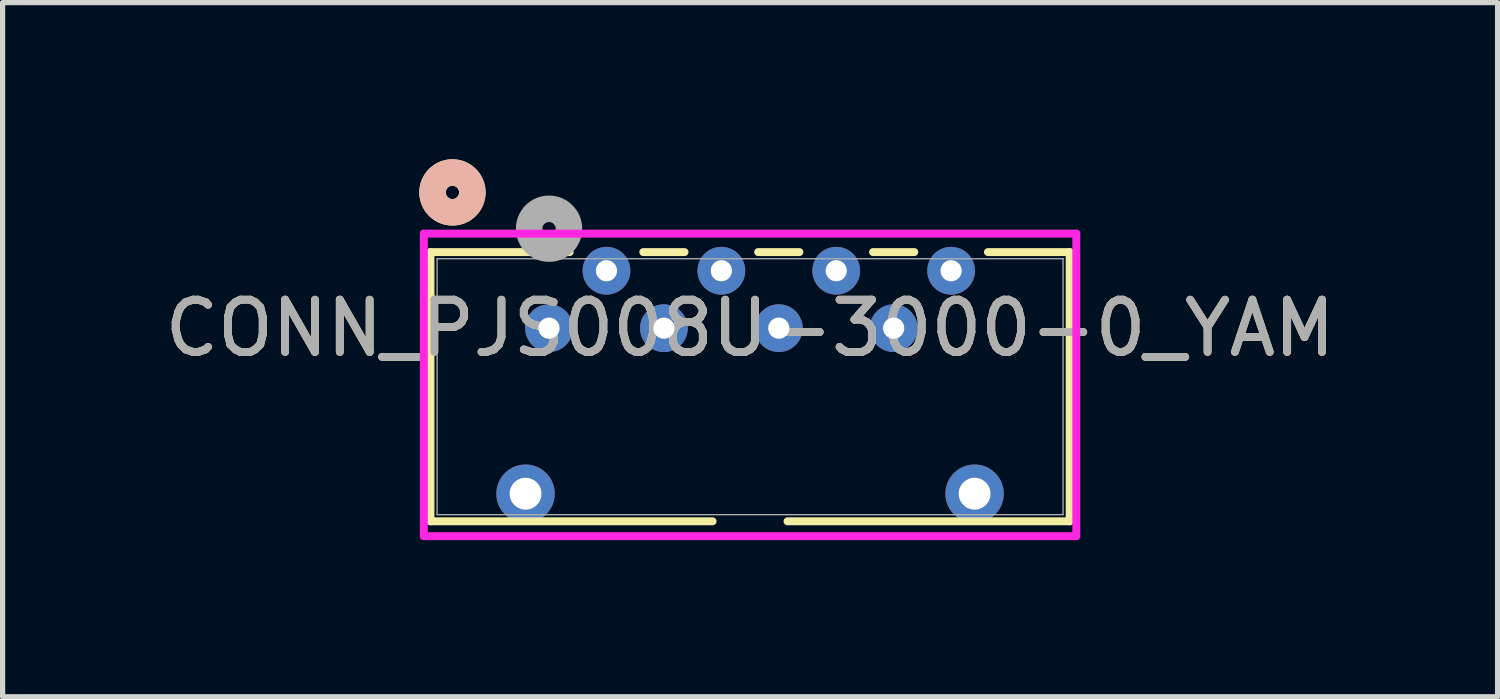
<source format=kicad_pcb>
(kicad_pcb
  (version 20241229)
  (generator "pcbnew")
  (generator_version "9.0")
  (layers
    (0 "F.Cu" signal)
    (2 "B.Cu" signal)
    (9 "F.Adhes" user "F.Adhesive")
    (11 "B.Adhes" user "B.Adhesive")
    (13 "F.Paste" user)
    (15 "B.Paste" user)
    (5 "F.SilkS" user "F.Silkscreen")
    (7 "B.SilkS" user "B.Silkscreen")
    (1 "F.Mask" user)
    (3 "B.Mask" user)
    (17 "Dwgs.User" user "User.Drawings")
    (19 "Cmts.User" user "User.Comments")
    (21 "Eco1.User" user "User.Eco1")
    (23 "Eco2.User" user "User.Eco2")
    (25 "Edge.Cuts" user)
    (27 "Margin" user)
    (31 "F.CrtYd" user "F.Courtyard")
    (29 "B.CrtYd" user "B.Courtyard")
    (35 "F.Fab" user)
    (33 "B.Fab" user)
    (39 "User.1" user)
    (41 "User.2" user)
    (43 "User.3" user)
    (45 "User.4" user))
  (footprint "CONN_PJS008U-3000-0_YAM"
    (layer "F.Cu")
    (at 11.315 3.035)
    (property "Reference" "CONN_PJS008U-3000-0_YAM" (at 0 0.2 0) (unlocked yes) (layer "F.SilkS") (effects (font (size 1 1) (thickness 0.15))))
    (attr through_hole)
    (fp_line (start -6.121 -1.257) (end -6.121 3.899) (stroke (width 0.152) (type solid)) (layer "F.SilkS"))
    (fp_line (start -6.121 3.899) (end -0.717 3.899) (stroke (width 0.152) (type solid)) (layer "F.SilkS"))
    (fp_line (start -3.455 -1.257) (end -6.121 -1.257) (stroke (width 0.152) (type solid)) (layer "F.SilkS"))
    (fp_line (start -1.255 -1.257) (end -2.045 -1.257) (stroke (width 0.152) (type solid)) (layer "F.SilkS"))
    (fp_line (start 0.717 3.899) (end 6.121 3.899) (stroke (width 0.152) (type solid)) (layer "F.SilkS"))
    (fp_line (start 0.945 -1.257) (end 0.155 -1.257) (stroke (width 0.152) (type solid)) (layer "F.SilkS"))
    (fp_line (start 3.145 -1.257) (end 2.355 -1.257) (stroke (width 0.152) (type solid)) (layer "F.SilkS"))
    (fp_line (start 6.121 -1.257) (end 4.555 -1.257) (stroke (width 0.152) (type solid)) (layer "F.SilkS"))
    (fp_line (start 6.121 3.899) (end 6.121 -1.257) (stroke (width 0.152) (type solid)) (layer "F.SilkS"))
    (fp_circle (center -5.7 -2.4) (end -5.319 -2.4) (stroke (width 0.508) (type solid)) (fill no) (layer "F.SilkS"))
    (fp_circle (center -5.7 -2.4) (end -5.319 -2.4) (stroke (width 0.508) (type solid)) (fill no) (layer "B.SilkS"))
    (fp_line (start -6.248 -1.611) (end -6.248 4.183) (stroke (width 0.152) (type solid)) (layer "F.CrtYd"))
    (fp_line (start -6.248 4.183) (end 6.248 4.183) (stroke (width 0.152) (type solid)) (layer "F.CrtYd"))
    (fp_line (start 6.248 -1.611) (end -6.248 -1.611) (stroke (width 0.152) (type solid)) (layer "F.CrtYd"))
    (fp_line (start 6.248 4.183) (end 6.248 -1.611) (stroke (width 0.152) (type solid)) (layer "F.CrtYd"))
    (fp_line (start -5.994 -1.13) (end -5.994 3.772) (stroke (width 0.025) (type solid)) (layer "F.Fab"))
    (fp_line (start -5.994 3.772) (end 5.994 3.772) (stroke (width 0.025) (type solid)) (layer "F.Fab"))
    (fp_line (start 5.994 -1.13) (end -5.994 -1.13) (stroke (width 0.025) (type solid)) (layer "F.Fab"))
    (fp_line (start 5.994 3.772) (end 5.994 -1.13) (stroke (width 0.025) (type solid)) (layer "F.Fab"))
    (fp_circle (center -3.85 -1.705) (end -3.469 -1.705) (stroke (width 0.508) (type solid)) (fill no) (layer "F.Fab"))
    (fp_text user "${REFERENCE}" (at 0 0.2 0) (unlocked yes) (layer "F.Fab") (effects (font (size 1 1) (thickness 0.15))))
    (pad "1" thru_hole circle (at -3.85 0.2) (size 0.914 0.914) (drill 0.406) (layers "*.Cu" "*.Mask"))
    (pad "2" thru_hole circle (at -2.75 -0.9) (size 0.914 0.914) (drill 0.406) (layers "*.Cu" "*.Mask"))
    (pad "3" thru_hole circle (at -1.65 0.2) (size 0.914 0.914) (drill 0.406) (layers "*.Cu" "*.Mask"))
    (pad "4" thru_hole circle (at -0.55 -0.9) (size 0.914 0.914) (drill 0.406) (layers "*.Cu" "*.Mask"))
    (pad "5" thru_hole circle (at 0.55 0.2) (size 0.914 0.914) (drill 0.406) (layers "*.Cu" "*.Mask"))
    (pad "6" thru_hole circle (at 1.65 -0.9) (size 0.914 0.914) (drill 0.406) (layers "*.Cu" "*.Mask"))
    (pad "7" thru_hole circle (at 2.75 0.2) (size 0.914 0.914) (drill 0.406) (layers "*.Cu" "*.Mask"))
    (pad "8" thru_hole circle (at 3.85 -0.9) (size 0.914 0.914) (drill 0.406) (layers "*.Cu" "*.Mask"))
    (pad "9" thru_hole circle (at -4.3 3.37 90) (size 1.118 1.118) (drill 0.61) (layers "*.Cu" "*.Mask"))
    (pad "10" thru_hole circle (at 4.3 3.37 90) (size 1.118 1.118) (drill 0.61) (layers "*.Cu" "*.Mask")))
  (gr_rect
    (start -3 -3)
    (end 25.631 10.294)
    (stroke (width 0.1) (type default))
    (fill no)
    (layer "Edge.Cuts")))
</source>
